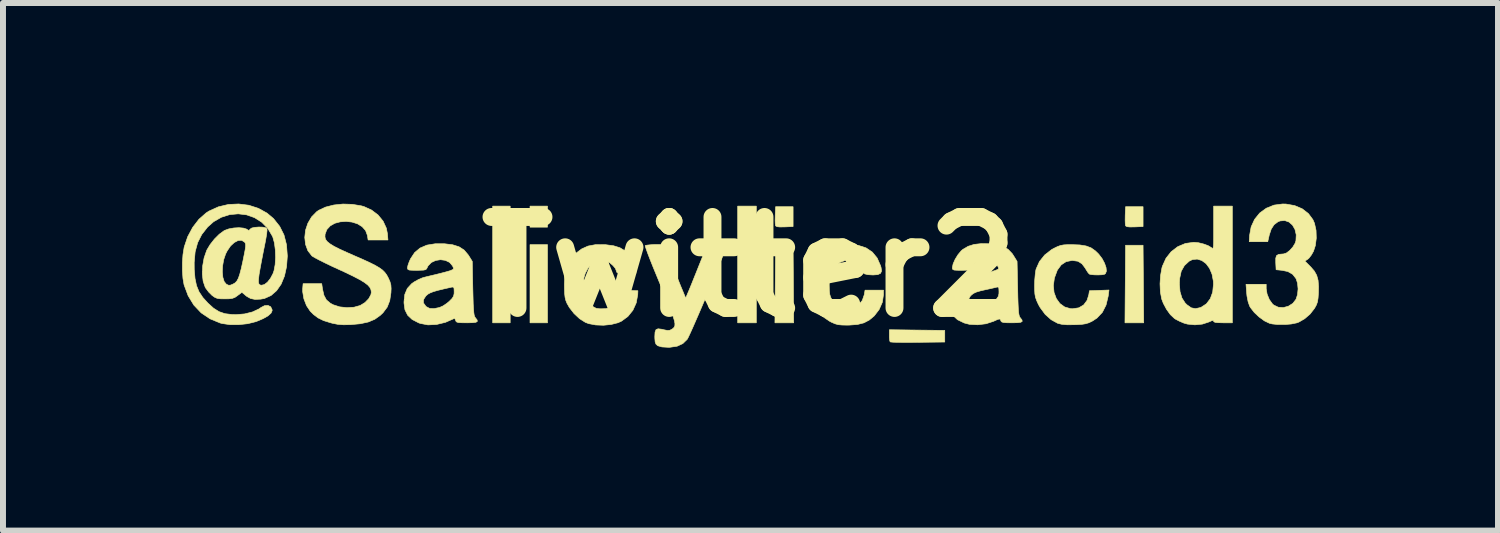
<source format=kicad_pcb>
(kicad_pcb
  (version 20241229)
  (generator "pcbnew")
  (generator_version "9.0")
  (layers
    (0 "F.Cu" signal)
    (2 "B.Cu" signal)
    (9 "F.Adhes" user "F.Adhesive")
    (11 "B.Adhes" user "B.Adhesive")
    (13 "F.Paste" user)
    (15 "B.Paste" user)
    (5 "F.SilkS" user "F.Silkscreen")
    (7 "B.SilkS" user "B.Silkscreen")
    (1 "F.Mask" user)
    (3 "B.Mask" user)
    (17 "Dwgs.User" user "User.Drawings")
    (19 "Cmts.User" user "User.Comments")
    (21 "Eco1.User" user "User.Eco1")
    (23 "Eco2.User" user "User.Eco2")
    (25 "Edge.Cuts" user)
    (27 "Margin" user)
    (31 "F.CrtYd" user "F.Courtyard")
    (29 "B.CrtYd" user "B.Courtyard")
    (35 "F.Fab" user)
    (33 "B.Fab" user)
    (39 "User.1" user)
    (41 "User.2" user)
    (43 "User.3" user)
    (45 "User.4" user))
  (footprint "Twitter2"
    (layer "F.Cu")
    (at 9.499 1.418)
    (property "Reference" "Twitter2" (at 0 0 0) (layer "F.SilkS") (effects (font (size 1.524 1.524) (thickness 0.3))))
    (attr through_hole)
    (fp_poly (pts (xy -4.005 0.938) (xy -4.298 0.938) (xy -4.298 -1.016) (xy -4.005 -1.016) (xy -4.005 0.938)) (stroke (width 0.01) (type solid)) (fill yes) (layer "F.SilkS"))
    (fp_poly (pts (xy -3.38 -0.664) (xy -3.673 -0.664) (xy -3.673 -1.016) (xy -3.38 -1.016) (xy -3.38 -0.664)) (stroke (width 0.01) (type solid)) (fill yes) (layer "F.SilkS"))
    (fp_poly (pts (xy -3.38 0.938) (xy -3.673 0.938) (xy -3.673 -0.371) (xy -3.38 -0.371) (xy -3.38 0.938)) (stroke (width 0.01) (type solid)) (fill yes) (layer "F.SilkS"))
    (fp_poly (pts (xy 0.117 0.938) (xy -0.195 0.938) (xy -0.195 -1.016) (xy 0.117 -1.016) (xy 0.117 0.938)) (stroke (width 0.01) (type solid)) (fill yes) (layer "F.SilkS"))
    (fp_poly (pts (xy 0.743 0.938) (xy 0.429 0.938) (xy 0.44 -0.361) (xy 0.733 -0.361) (xy 0.743 0.938)) (stroke (width 0.01) (type solid)) (fill yes) (layer "F.SilkS"))
    (fp_poly (pts (xy 6.605 0.938) (xy 6.291 0.938) (xy 6.301 -0.361) (xy 6.594 -0.361) (xy 6.605 0.938)) (stroke (width 0.01) (type solid)) (fill yes) (layer "F.SilkS"))
    (fp_poly (pts (xy 0.733 -0.674) (xy 0.591 -0.668) (xy 0.511 -0.667) (xy 0.464 -0.672) (xy 0.441 -0.685) (xy 0.438 -0.69) (xy 0.434 -0.722) (xy 0.432 -0.78) (xy 0.434 -0.854) (xy 0.434 -0.862) (xy 0.44 -1.006) (xy 0.733 -1.006) (xy 0.733 -0.674)) (stroke (width 0.01) (type solid)) (fill yes) (layer "F.SilkS"))
    (fp_poly (pts (xy 6.594 -0.674) (xy 6.452 -0.668) (xy 6.373 -0.667) (xy 6.325 -0.672) (xy 6.303 -0.685) (xy 6.3 -0.69) (xy 6.296 -0.722) (xy 6.294 -0.78) (xy 6.295 -0.854) (xy 6.295 -0.862) (xy 6.301 -1.006) (xy 6.594 -1.006) (xy 6.594 -0.674)) (stroke (width 0.01) (type solid)) (fill yes) (layer "F.SilkS"))
    (fp_poly (pts (xy 2.809 1.06) (xy 3.273 1.065) (xy 3.273 1.26) (xy 2.822 1.265) (xy 2.693 1.266) (xy 2.577 1.266) (xy 2.481 1.265) (xy 2.408 1.263) (xy 2.366 1.259) (xy 2.358 1.257) (xy 2.35 1.231) (xy 2.345 1.181) (xy 2.345 1.149) (xy 2.345 1.054) (xy 2.809 1.06)) (stroke (width 0.01) (type solid)) (fill yes) (layer "F.SilkS"))
    (fp_poly (pts (xy 1.821 -0.36) (xy 1.954 -0.317) (xy 2.06 -0.246) (xy 2.141 -0.147) (xy 2.198 -0.017) (xy 2.206 0.01) (xy 2.215 0.071) (xy 2.197 0.11) (xy 2.151 0.131) (xy 2.072 0.137) (xy 1.985 0.132) (xy 1.929 0.118) (xy 1.895 0.09) (xy 1.878 0.057) (xy 1.832 -0.027) (xy 1.766 -0.081) (xy 1.687 -0.107) (xy 1.602 -0.105) (xy 1.518 -0.073) (xy 1.442 -0.013) (xy 1.394 0.052) (xy 1.366 0.104) (xy 1.349 0.152) (xy 1.341 0.208) (xy 1.338 0.287) (xy 1.338 0.313) (xy 1.34 0.401) (xy 1.347 0.462) (xy 1.361 0.508) (xy 1.385 0.553) (xy 1.385 0.554) (xy 1.457 0.639) (xy 1.546 0.689) (xy 1.637 0.703) (xy 1.744 0.687) (xy 1.83 0.639) (xy 1.892 0.563) (xy 1.925 0.468) (xy 1.938 0.391) (xy 2.247 0.391) (xy 2.247 0.465) (xy 2.228 0.593) (xy 2.174 0.715) (xy 2.092 0.822) (xy 2.008 0.892) (xy 1.918 0.939) (xy 1.811 0.966) (xy 1.679 0.976) (xy 1.639 0.977) (xy 1.551 0.975) (xy 1.488 0.969) (xy 1.434 0.954) (xy 1.375 0.928) (xy 1.346 0.913) (xy 1.218 0.826) (xy 1.119 0.714) (xy 1.05 0.575) (xy 1.01 0.41) (xy 1.003 0.352) (xy 1.005 0.2) (xy 1.037 0.053) (xy 1.094 -0.081) (xy 1.175 -0.194) (xy 1.265 -0.273) (xy 1.36 -0.326) (xy 1.459 -0.358) (xy 1.574 -0.373) (xy 1.661 -0.375) (xy 1.821 -0.36)) (stroke (width 0.01) (type solid)) (fill yes) (layer "F.SilkS"))
    (fp_poly (pts (xy 8.089 0.938) (xy 7.933 0.938) (xy 7.851 0.936) (xy 7.802 0.931) (xy 7.779 0.92) (xy 7.776 0.911) (xy 7.768 0.898) (xy 7.739 0.905) (xy 7.694 0.925) (xy 7.586 0.96) (xy 7.462 0.972) (xy 7.339 0.96) (xy 7.278 0.943) (xy 7.207 0.913) (xy 7.141 0.879) (xy 7.118 0.864) (xy 7.051 0.801) (xy 6.987 0.712) (xy 6.933 0.611) (xy 6.906 0.54) (xy 6.884 0.423) (xy 6.878 0.287) (xy 6.878 0.283) (xy 7.202 0.283) (xy 7.213 0.417) (xy 7.245 0.523) (xy 7.3 0.608) (xy 7.33 0.637) (xy 7.401 0.687) (xy 7.472 0.701) (xy 7.553 0.683) (xy 7.568 0.677) (xy 7.655 0.62) (xy 7.72 0.534) (xy 7.76 0.424) (xy 7.773 0.293) (xy 7.771 0.24) (xy 7.749 0.124) (xy 7.707 0.025) (xy 7.649 -0.053) (xy 7.578 -0.105) (xy 7.501 -0.129) (xy 7.421 -0.121) (xy 7.366 -0.094) (xy 7.286 -0.02) (xy 7.233 0.074) (xy 7.207 0.194) (xy 7.202 0.283) (xy 6.878 0.283) (xy 6.887 0.146) (xy 6.91 0.017) (xy 6.918 -0.01) (xy 6.978 -0.143) (xy 7.065 -0.253) (xy 7.175 -0.337) (xy 7.303 -0.391) (xy 7.442 -0.41) (xy 7.445 -0.41) (xy 7.522 -0.403) (xy 7.607 -0.382) (xy 7.684 -0.354) (xy 7.737 -0.322) (xy 7.739 -0.321) (xy 7.752 -0.31) (xy 7.762 -0.309) (xy 7.768 -0.321) (xy 7.773 -0.352) (xy 7.775 -0.407) (xy 7.776 -0.489) (xy 7.776 -0.604) (xy 7.776 -0.652) (xy 7.776 -1.016) (xy 8.089 -1.016) (xy 8.089 0.938)) (stroke (width 0.01) (type solid)) (fill yes) (layer "F.SilkS"))
    (fp_poly (pts (xy 5.534 -0.366) (xy 5.639 -0.349) (xy 5.724 -0.317) (xy 5.796 -0.266) (xy 5.851 -0.212) (xy 5.908 -0.137) (xy 5.949 -0.06) (xy 5.974 0.012) (xy 5.98 0.073) (xy 5.964 0.114) (xy 5.948 0.125) (xy 5.907 0.133) (xy 5.846 0.136) (xy 5.781 0.135) (xy 5.725 0.13) (xy 5.694 0.122) (xy 5.672 0.097) (xy 5.642 0.051) (xy 5.628 0.026) (xy 5.571 -0.05) (xy 5.502 -0.093) (xy 5.411 -0.106) (xy 5.403 -0.106) (xy 5.304 -0.086) (xy 5.223 -0.032) (xy 5.158 0.056) (xy 5.112 0.18) (xy 5.109 0.188) (xy 5.092 0.313) (xy 5.103 0.429) (xy 5.141 0.532) (xy 5.201 0.615) (xy 5.281 0.673) (xy 5.378 0.701) (xy 5.412 0.703) (xy 5.517 0.687) (xy 5.599 0.639) (xy 5.656 0.562) (xy 5.685 0.469) (xy 5.696 0.401) (xy 5.86 0.395) (xy 6.023 0.389) (xy 6.01 0.491) (xy 5.974 0.641) (xy 5.912 0.763) (xy 5.821 0.859) (xy 5.738 0.913) (xy 5.684 0.938) (xy 5.631 0.954) (xy 5.567 0.964) (xy 5.481 0.969) (xy 5.441 0.97) (xy 5.322 0.971) (xy 5.233 0.963) (xy 5.166 0.947) (xy 5.164 0.946) (xy 5.056 0.887) (xy 4.955 0.797) (xy 4.871 0.683) (xy 4.841 0.63) (xy 4.811 0.564) (xy 4.792 0.51) (xy 4.782 0.454) (xy 4.778 0.382) (xy 4.777 0.313) (xy 4.78 0.219) (xy 4.788 0.129) (xy 4.798 0.057) (xy 4.803 0.037) (xy 4.859 -0.088) (xy 4.947 -0.198) (xy 5.061 -0.287) (xy 5.097 -0.307) (xy 5.16 -0.338) (xy 5.212 -0.357) (xy 5.267 -0.367) (xy 5.339 -0.371) (xy 5.401 -0.371) (xy 5.534 -0.366)) (stroke (width 0.01) (type solid)) (fill yes) (layer "F.SilkS"))
    (fp_poly (pts (xy -2.407 -0.37) (xy -2.273 -0.352) (xy -2.167 -0.319) (xy -2.081 -0.267) (xy -2.008 -0.191) (xy -2.001 -0.182) (xy -1.968 -0.128) (xy -1.937 -0.062) (xy -1.913 0.006) (xy -1.9 0.065) (xy -1.899 0.105) (xy -1.903 0.112) (xy -1.928 0.12) (xy -1.979 0.128) (xy -2.03 0.133) (xy -2.12 0.132) (xy -2.186 0.117) (xy -2.222 0.089) (xy -2.227 0.069) (xy -2.243 0.027) (xy -2.283 -0.021) (xy -2.335 -0.066) (xy -2.39 -0.097) (xy -2.394 -0.098) (xy -2.486 -0.111) (xy -2.57 -0.091) (xy -2.642 -0.044) (xy -2.703 0.025) (xy -2.748 0.111) (xy -2.777 0.209) (xy -2.788 0.312) (xy -2.778 0.415) (xy -2.746 0.513) (xy -2.689 0.601) (xy -2.657 0.633) (xy -2.607 0.674) (xy -2.563 0.696) (xy -2.507 0.703) (xy -2.469 0.703) (xy -2.403 0.701) (xy -2.358 0.689) (xy -2.317 0.66) (xy -2.285 0.629) (xy -2.239 0.575) (xy -2.207 0.521) (xy -2.198 0.497) (xy -2.185 0.443) (xy -2.171 0.412) (xy -2.145 0.396) (xy -2.099 0.392) (xy -2.024 0.395) (xy -2.018 0.395) (xy -1.866 0.401) (xy -1.869 0.467) (xy -1.894 0.604) (xy -1.95 0.728) (xy -2.034 0.832) (xy -2.142 0.911) (xy -2.2 0.937) (xy -2.314 0.966) (xy -2.443 0.979) (xy -2.573 0.974) (xy -2.689 0.952) (xy -2.745 0.931) (xy -2.842 0.87) (xy -2.936 0.782) (xy -3.015 0.68) (xy -3.055 0.609) (xy -3.074 0.561) (xy -3.086 0.511) (xy -3.093 0.448) (xy -3.096 0.362) (xy -3.097 0.293) (xy -3.092 0.15) (xy -3.075 0.037) (xy -3.042 -0.056) (xy -2.992 -0.136) (xy -2.919 -0.213) (xy -2.907 -0.225) (xy -2.808 -0.299) (xy -2.702 -0.347) (xy -2.58 -0.37) (xy -2.434 -0.371) (xy -2.407 -0.37)) (stroke (width 0.01) (type solid)) (fill yes) (layer "F.SilkS"))
    (fp_poly (pts (xy 8.986 -1.051) (xy 9.133 -1.025) (xy 9.26 -0.971) (xy 9.363 -0.891) (xy 9.438 -0.79) (xy 9.465 -0.728) (xy 9.491 -0.609) (xy 9.495 -0.48) (xy 9.479 -0.355) (xy 9.448 -0.26) (xy 9.413 -0.198) (xy 9.374 -0.147) (xy 9.353 -0.128) (xy 9.304 -0.096) (xy 9.399 -0.001) (xy 9.461 0.07) (xy 9.502 0.143) (xy 9.525 0.227) (xy 9.533 0.333) (xy 9.531 0.433) (xy 9.525 0.523) (xy 9.515 0.587) (xy 9.497 0.638) (xy 9.468 0.691) (xy 9.465 0.696) (xy 9.392 0.79) (xy 9.3 0.87) (xy 9.203 0.926) (xy 9.168 0.939) (xy 9.076 0.958) (xy 8.967 0.967) (xy 8.855 0.967) (xy 8.757 0.957) (xy 8.711 0.946) (xy 8.627 0.906) (xy 8.538 0.841) (xy 8.456 0.764) (xy 8.393 0.683) (xy 8.379 0.659) (xy 8.353 0.585) (xy 8.334 0.489) (xy 8.329 0.437) (xy 8.318 0.293) (xy 8.656 0.293) (xy 8.656 0.366) (xy 8.671 0.457) (xy 8.708 0.548) (xy 8.761 0.622) (xy 8.783 0.641) (xy 8.858 0.677) (xy 8.943 0.683) (xy 9.028 0.66) (xy 9.103 0.612) (xy 9.156 0.543) (xy 9.181 0.465) (xy 9.19 0.37) (xy 9.181 0.275) (xy 9.157 0.2) (xy 9.1 0.126) (xy 9.018 0.079) (xy 8.92 0.059) (xy 8.822 0.049) (xy 8.816 -0.071) (xy 8.816 -0.144) (xy 8.829 -0.187) (xy 8.864 -0.208) (xy 8.927 -0.214) (xy 8.946 -0.215) (xy 8.995 -0.231) (xy 9.05 -0.273) (xy 9.102 -0.331) (xy 9.14 -0.394) (xy 9.154 -0.436) (xy 9.159 -0.536) (xy 9.138 -0.626) (xy 9.096 -0.699) (xy 9.037 -0.75) (xy 8.966 -0.775) (xy 8.888 -0.768) (xy 8.853 -0.754) (xy 8.788 -0.705) (xy 8.741 -0.633) (xy 8.707 -0.532) (xy 8.705 -0.521) (xy 8.682 -0.42) (xy 8.372 -0.42) (xy 8.378 -0.526) (xy 8.404 -0.669) (xy 8.462 -0.795) (xy 8.548 -0.901) (xy 8.658 -0.981) (xy 8.787 -1.033) (xy 8.931 -1.052) (xy 8.986 -1.051)) (stroke (width 0.01) (type solid)) (fill yes) (layer "F.SilkS"))
    (fp_poly (pts (xy -0.592 -0.378) (xy -0.548 -0.375) (xy -0.539 -0.375) (xy -0.463 -0.37) (xy -0.418 -0.363) (xy -0.397 -0.352) (xy -0.391 -0.334) (xy -0.391 -0.332) (xy -0.398 -0.305) (xy -0.419 -0.246) (xy -0.452 -0.161) (xy -0.495 -0.055) (xy -0.545 0.069) (xy -0.601 0.205) (xy -0.661 0.349) (xy -0.722 0.496) (xy -0.784 0.641) (xy -0.843 0.779) (xy -0.899 0.907) (xy -0.948 1.019) (xy -0.989 1.11) (xy -1.02 1.176) (xy -1.039 1.212) (xy -1.041 1.215) (xy -1.114 1.286) (xy -1.209 1.33) (xy -1.331 1.348) (xy -1.363 1.348) (xy -1.465 1.342) (xy -1.53 1.323) (xy -1.539 1.318) (xy -1.564 1.294) (xy -1.577 1.26) (xy -1.582 1.203) (xy -1.583 1.171) (xy -1.579 1.095) (xy -1.563 1.053) (xy -1.528 1.038) (xy -1.466 1.046) (xy -1.434 1.054) (xy -1.373 1.066) (xy -1.332 1.063) (xy -1.297 1.046) (xy -1.274 1.029) (xy -1.257 1.01) (xy -1.247 0.985) (xy -1.246 0.951) (xy -1.254 0.905) (xy -1.273 0.842) (xy -1.302 0.758) (xy -1.344 0.651) (xy -1.399 0.516) (xy -1.468 0.35) (xy -1.493 0.292) (xy -1.554 0.144) (xy -1.61 0.008) (xy -1.658 -0.112) (xy -1.697 -0.213) (xy -1.725 -0.29) (xy -1.741 -0.338) (xy -1.744 -0.355) (xy -1.718 -0.362) (xy -1.665 -0.368) (xy -1.594 -0.373) (xy -1.585 -0.373) (xy -1.503 -0.373) (xy -1.453 -0.367) (xy -1.429 -0.354) (xy -1.426 -0.35) (xy -1.414 -0.325) (xy -1.391 -0.268) (xy -1.357 -0.187) (xy -1.315 -0.086) (xy -1.268 0.03) (xy -1.24 0.098) (xy -1.192 0.217) (xy -1.149 0.324) (xy -1.112 0.412) (xy -1.085 0.478) (xy -1.069 0.515) (xy -1.066 0.522) (xy -1.058 0.506) (xy -1.038 0.459) (xy -1.007 0.386) (xy -0.968 0.291) (xy -0.924 0.181) (xy -0.9 0.122) (xy -0.841 -0.026) (xy -0.794 -0.143) (xy -0.758 -0.231) (xy -0.729 -0.294) (xy -0.704 -0.337) (xy -0.68 -0.363) (xy -0.656 -0.376) (xy -0.627 -0.38) (xy -0.592 -0.378)) (stroke (width 0.01) (type solid)) (fill yes) (layer "F.SilkS"))
    (fp_poly (pts (xy -6.649 -1.046) (xy -6.499 -1.021) (xy -6.453 -1.008) (xy -6.326 -0.95) (xy -6.217 -0.867) (xy -6.133 -0.764) (xy -6.079 -0.647) (xy -6.061 -0.556) (xy -6.052 -0.449) (xy -6.384 -0.449) (xy -6.396 -0.526) (xy -6.427 -0.608) (xy -6.484 -0.672) (xy -6.562 -0.72) (xy -6.654 -0.749) (xy -6.752 -0.76) (xy -6.851 -0.753) (xy -6.942 -0.729) (xy -7.019 -0.685) (xy -7.076 -0.623) (xy -7.105 -0.545) (xy -7.107 -0.501) (xy -7.098 -0.462) (xy -7.072 -0.425) (xy -7.026 -0.387) (xy -6.957 -0.344) (xy -6.862 -0.296) (xy -6.735 -0.238) (xy -6.633 -0.193) (xy -6.481 -0.127) (xy -6.361 -0.072) (xy -6.267 -0.025) (xy -6.197 0.016) (xy -6.144 0.054) (xy -6.105 0.093) (xy -6.074 0.135) (xy -6.048 0.183) (xy -6.046 0.186) (xy -6.018 0.25) (xy -6.003 0.304) (xy -5.999 0.365) (xy -6.002 0.435) (xy -6.022 0.567) (xy -6.064 0.675) (xy -6.135 0.77) (xy -6.183 0.815) (xy -6.273 0.879) (xy -6.383 0.925) (xy -6.517 0.954) (xy -6.681 0.969) (xy -6.682 0.969) (xy -6.796 0.971) (xy -6.89 0.964) (xy -6.981 0.946) (xy -7.011 0.938) (xy -7.13 0.901) (xy -7.222 0.856) (xy -7.299 0.798) (xy -7.354 0.743) (xy -7.416 0.65) (xy -7.46 0.536) (xy -7.48 0.418) (xy -7.48 0.367) (xy -7.473 0.283) (xy -7.161 0.283) (xy -7.148 0.373) (xy -7.124 0.478) (xy -7.083 0.554) (xy -7.017 0.61) (xy -6.969 0.636) (xy -6.861 0.671) (xy -6.74 0.684) (xy -6.62 0.677) (xy -6.517 0.648) (xy -6.515 0.647) (xy -6.437 0.599) (xy -6.375 0.536) (xy -6.338 0.469) (xy -6.33 0.428) (xy -6.336 0.385) (xy -6.355 0.345) (xy -6.39 0.305) (xy -6.446 0.262) (xy -6.526 0.214) (xy -6.633 0.158) (xy -6.77 0.092) (xy -6.868 0.047) (xy -6.988 -0.008) (xy -7.098 -0.061) (xy -7.193 -0.108) (xy -7.267 -0.147) (xy -7.313 -0.174) (xy -7.325 -0.182) (xy -7.393 -0.269) (xy -7.432 -0.375) (xy -7.445 -0.492) (xy -7.432 -0.613) (xy -7.393 -0.729) (xy -7.331 -0.835) (xy -7.246 -0.922) (xy -7.21 -0.947) (xy -7.096 -1) (xy -6.958 -1.035) (xy -6.805 -1.051) (xy -6.649 -1.046)) (stroke (width 0.01) (type solid)) (fill yes) (layer "F.SilkS"))
    (fp_poly (pts (xy 4.005 -0.386) (xy 4.144 -0.371) (xy 4.251 -0.34) (xy 4.335 -0.291) (xy 4.403 -0.22) (xy 4.425 -0.186) (xy 4.484 -0.091) (xy 4.494 0.363) (xy 4.497 0.51) (xy 4.501 0.623) (xy 4.505 0.707) (xy 4.51 0.767) (xy 4.517 0.808) (xy 4.525 0.835) (xy 4.536 0.852) (xy 4.538 0.854) (xy 4.566 0.89) (xy 4.57 0.914) (xy 4.546 0.929) (xy 4.491 0.936) (xy 4.4 0.938) (xy 4.397 0.938) (xy 4.313 0.937) (xy 4.26 0.933) (xy 4.23 0.925) (xy 4.215 0.911) (xy 4.211 0.9) (xy 4.202 0.88) (xy 4.187 0.874) (xy 4.156 0.883) (xy 4.1 0.908) (xy 4.092 0.912) (xy 3.964 0.954) (xy 3.824 0.971) (xy 3.688 0.964) (xy 3.599 0.941) (xy 3.486 0.886) (xy 3.406 0.811) (xy 3.359 0.715) (xy 3.341 0.596) (xy 3.341 0.581) (xy 3.344 0.561) (xy 3.665 0.561) (xy 3.674 0.619) (xy 3.716 0.669) (xy 3.771 0.697) (xy 3.845 0.7) (xy 3.934 0.682) (xy 3.991 0.657) (xy 4.057 0.614) (xy 4.095 0.582) (xy 4.145 0.533) (xy 4.17 0.495) (xy 4.18 0.452) (xy 4.181 0.416) (xy 4.179 0.363) (xy 4.17 0.34) (xy 4.15 0.339) (xy 4.147 0.34) (xy 4.111 0.349) (xy 4.05 0.363) (xy 3.977 0.379) (xy 3.976 0.379) (xy 3.874 0.402) (xy 3.803 0.423) (xy 3.753 0.446) (xy 3.717 0.475) (xy 3.695 0.5) (xy 3.665 0.561) (xy 3.344 0.561) (xy 3.358 0.458) (xy 3.407 0.355) (xy 3.49 0.271) (xy 3.607 0.206) (xy 3.742 0.164) (xy 3.857 0.136) (xy 3.964 0.108) (xy 4.055 0.082) (xy 4.124 0.059) (xy 4.165 0.042) (xy 4.173 0.037) (xy 4.171 0.01) (xy 4.152 -0.026) (xy 4.095 -0.081) (xy 4.02 -0.112) (xy 3.937 -0.118) (xy 3.855 -0.101) (xy 3.785 -0.062) (xy 3.737 -0.001) (xy 3.731 0.012) (xy 3.719 0.035) (xy 3.701 0.049) (xy 3.666 0.056) (xy 3.605 0.058) (xy 3.556 0.059) (xy 3.479 0.058) (xy 3.432 0.055) (xy 3.409 0.046) (xy 3.401 0.03) (xy 3.4 0.014) (xy 3.413 -0.049) (xy 3.447 -0.126) (xy 3.494 -0.202) (xy 3.548 -0.267) (xy 3.577 -0.292) (xy 3.666 -0.344) (xy 3.765 -0.375) (xy 3.883 -0.388) (xy 4.005 -0.386)) (stroke (width 0.01) (type solid)) (fill yes) (layer "F.SilkS"))
    (fp_poly (pts (xy -5.107 -0.386) (xy -4.969 -0.369) (xy -4.861 -0.335) (xy -4.776 -0.28) (xy -4.709 -0.201) (xy -4.699 -0.186) (xy -4.64 -0.091) (xy -4.631 0.363) (xy -4.627 0.51) (xy -4.624 0.623) (xy -4.619 0.707) (xy -4.614 0.767) (xy -4.608 0.808) (xy -4.599 0.835) (xy -4.589 0.852) (xy -4.587 0.854) (xy -4.559 0.89) (xy -4.555 0.914) (xy -4.578 0.929) (xy -4.633 0.936) (xy -4.722 0.938) (xy -4.73 0.938) (xy -4.815 0.937) (xy -4.868 0.934) (xy -4.898 0.926) (xy -4.913 0.913) (xy -4.918 0.898) (xy -4.931 0.869) (xy -4.941 0.865) (xy -5.089 0.93) (xy -5.238 0.966) (xy -5.382 0.973) (xy -5.512 0.948) (xy -5.537 0.939) (xy -5.647 0.882) (xy -5.722 0.811) (xy -5.767 0.721) (xy -5.783 0.607) (xy -5.783 0.606) (xy -5.457 0.606) (xy -5.418 0.66) (xy -5.408 0.669) (xy -5.354 0.697) (xy -5.279 0.7) (xy -5.19 0.682) (xy -5.133 0.657) (xy -5.068 0.614) (xy -5.029 0.582) (xy -4.98 0.533) (xy -4.954 0.494) (xy -4.944 0.452) (xy -4.943 0.417) (xy -4.945 0.364) (xy -4.954 0.341) (xy -4.976 0.339) (xy -4.987 0.341) (xy -5.119 0.371) (xy -5.218 0.395) (xy -5.29 0.416) (xy -5.342 0.436) (xy -5.379 0.456) (xy -5.407 0.479) (xy -5.418 0.49) (xy -5.457 0.55) (xy -5.457 0.606) (xy -5.783 0.606) (xy -5.783 0.586) (xy -5.77 0.463) (xy -5.728 0.363) (xy -5.655 0.283) (xy -5.612 0.253) (xy -5.546 0.216) (xy -5.48 0.187) (xy -5.452 0.178) (xy -5.4 0.165) (xy -5.325 0.147) (xy -5.24 0.127) (xy -5.217 0.121) (xy -5.134 0.1) (xy -5.059 0.08) (xy -5.006 0.064) (xy -4.996 0.06) (xy -4.96 0.043) (xy -4.953 0.023) (xy -4.97 -0.015) (xy -5.02 -0.074) (xy -5.091 -0.108) (xy -5.172 -0.119) (xy -5.253 -0.106) (xy -5.326 -0.072) (xy -5.38 -0.016) (xy -5.394 0.012) (xy -5.405 0.035) (xy -5.424 0.049) (xy -5.459 0.056) (xy -5.519 0.058) (xy -5.568 0.059) (xy -5.646 0.058) (xy -5.692 0.055) (xy -5.716 0.046) (xy -5.724 0.03) (xy -5.725 0.014) (xy -5.716 -0.028) (xy -5.694 -0.089) (xy -5.673 -0.135) (xy -5.605 -0.238) (xy -5.514 -0.314) (xy -5.4 -0.363) (xy -5.259 -0.386) (xy -5.107 -0.386)) (stroke (width 0.01) (type solid)) (fill yes) (layer "F.SilkS"))
    (fp_poly (pts (xy -8.383 -1.031) (xy -8.222 -0.979) (xy -8.077 -0.899) (xy -7.969 -0.808) (xy -7.865 -0.677) (xy -7.793 -0.533) (xy -7.751 -0.369) (xy -7.737 -0.181) (xy -7.737 -0.18) (xy -7.75 -0.003) (xy -7.785 0.155) (xy -7.841 0.291) (xy -7.917 0.4) (xy -8.01 0.481) (xy -8.119 0.53) (xy -8.184 0.542) (xy -8.279 0.546) (xy -8.352 0.531) (xy -8.415 0.496) (xy -8.439 0.477) (xy -8.498 0.427) (xy -8.571 0.482) (xy -8.614 0.512) (xy -8.656 0.528) (xy -8.711 0.536) (xy -8.784 0.537) (xy -8.861 0.536) (xy -8.913 0.528) (xy -8.953 0.511) (xy -8.995 0.481) (xy -8.999 0.478) (xy -9.054 0.423) (xy -9.102 0.359) (xy -9.113 0.341) (xy -9.147 0.241) (xy -9.161 0.119) (xy -9.159 0.085) (xy -8.826 0.085) (xy -8.817 0.176) (xy -8.795 0.247) (xy -8.759 0.291) (xy -8.757 0.292) (xy -8.722 0.309) (xy -8.691 0.308) (xy -8.647 0.29) (xy -8.611 0.269) (xy -8.582 0.238) (xy -8.557 0.192) (xy -8.534 0.125) (xy -8.509 0.031) (xy -8.481 -0.096) (xy -8.48 -0.101) (xy -8.458 -0.21) (xy -8.443 -0.288) (xy -8.436 -0.341) (xy -8.436 -0.375) (xy -8.442 -0.397) (xy -8.453 -0.413) (xy -8.454 -0.414) (xy -8.503 -0.444) (xy -8.562 -0.44) (xy -8.625 -0.407) (xy -8.688 -0.349) (xy -8.744 -0.267) (xy -8.771 -0.214) (xy -8.803 -0.119) (xy -8.821 -0.016) (xy -8.826 0.085) (xy -9.159 0.085) (xy -9.155 -0.014) (xy -9.131 -0.149) (xy -9.088 -0.273) (xy -9.084 -0.282) (xy -9.03 -0.372) (xy -8.958 -0.464) (xy -8.877 -0.545) (xy -8.798 -0.603) (xy -8.785 -0.61) (xy -8.716 -0.635) (xy -8.633 -0.65) (xy -8.547 -0.655) (xy -8.472 -0.648) (xy -8.419 -0.631) (xy -8.412 -0.626) (xy -8.384 -0.608) (xy -8.366 -0.621) (xy -8.36 -0.631) (xy -8.331 -0.65) (xy -8.278 -0.661) (xy -8.214 -0.666) (xy -8.151 -0.664) (xy -8.101 -0.654) (xy -8.078 -0.638) (xy -8.077 -0.608) (xy -8.083 -0.55) (xy -8.096 -0.473) (xy -8.106 -0.418) (xy -8.143 -0.234) (xy -8.172 -0.084) (xy -8.194 0.035) (xy -8.21 0.127) (xy -8.218 0.194) (xy -8.221 0.242) (xy -8.218 0.274) (xy -8.209 0.293) (xy -8.196 0.303) (xy -8.177 0.308) (xy -8.171 0.309) (xy -8.122 0.298) (xy -8.069 0.257) (xy -8.019 0.193) (xy -7.977 0.114) (xy -7.96 0.065) (xy -7.941 -0.037) (xy -7.934 -0.157) (xy -7.938 -0.282) (xy -7.953 -0.399) (xy -7.979 -0.494) (xy -7.986 -0.511) (xy -8.064 -0.643) (xy -8.166 -0.747) (xy -8.286 -0.823) (xy -8.419 -0.87) (xy -8.559 -0.887) (xy -8.702 -0.874) (xy -8.841 -0.83) (xy -8.972 -0.755) (xy -9.072 -0.666) (xy -9.17 -0.541) (xy -9.239 -0.405) (xy -9.281 -0.251) (xy -9.297 -0.073) (xy -9.296 0.047) (xy -9.283 0.196) (xy -9.258 0.316) (xy -9.216 0.418) (xy -9.153 0.513) (xy -9.068 0.607) (xy -8.972 0.694) (xy -8.881 0.751) (xy -8.783 0.785) (xy -8.667 0.799) (xy -8.594 0.801) (xy -8.451 0.789) (xy -8.32 0.756) (xy -8.211 0.705) (xy -8.18 0.683) (xy -8.119 0.651) (xy -8.061 0.647) (xy -8.016 0.669) (xy -7.993 0.716) (xy -7.991 0.734) (xy -8.01 0.776) (xy -8.061 0.822) (xy -8.142 0.868) (xy -8.246 0.912) (xy -8.268 0.92) (xy -8.401 0.953) (xy -8.549 0.969) (xy -8.697 0.969) (xy -8.829 0.95) (xy -8.863 0.941) (xy -9.032 0.871) (xy -9.18 0.771) (xy -9.303 0.641) (xy -9.398 0.485) (xy -9.465 0.306) (xy -9.467 0.299) (xy -9.485 0.195) (xy -9.494 0.068) (xy -9.494 -0.069) (xy -9.485 -0.202) (xy -9.467 -0.315) (xy -9.464 -0.331) (xy -9.406 -0.503) (xy -9.322 -0.66) (xy -9.218 -0.795) (xy -9.097 -0.902) (xy -9.049 -0.933) (xy -8.892 -1.004) (xy -8.724 -1.044) (xy -8.552 -1.052) (xy -8.383 -1.031)) (stroke (width 0.01) (type solid)) (fill yes) (layer "F.SilkS")))
  (gr_rect
    (start -3 -3)
    (end 22.037 5.836)
    (stroke (width 0.1) (type default))
    (fill no)
    (layer "Edge.Cuts")))
</source>
